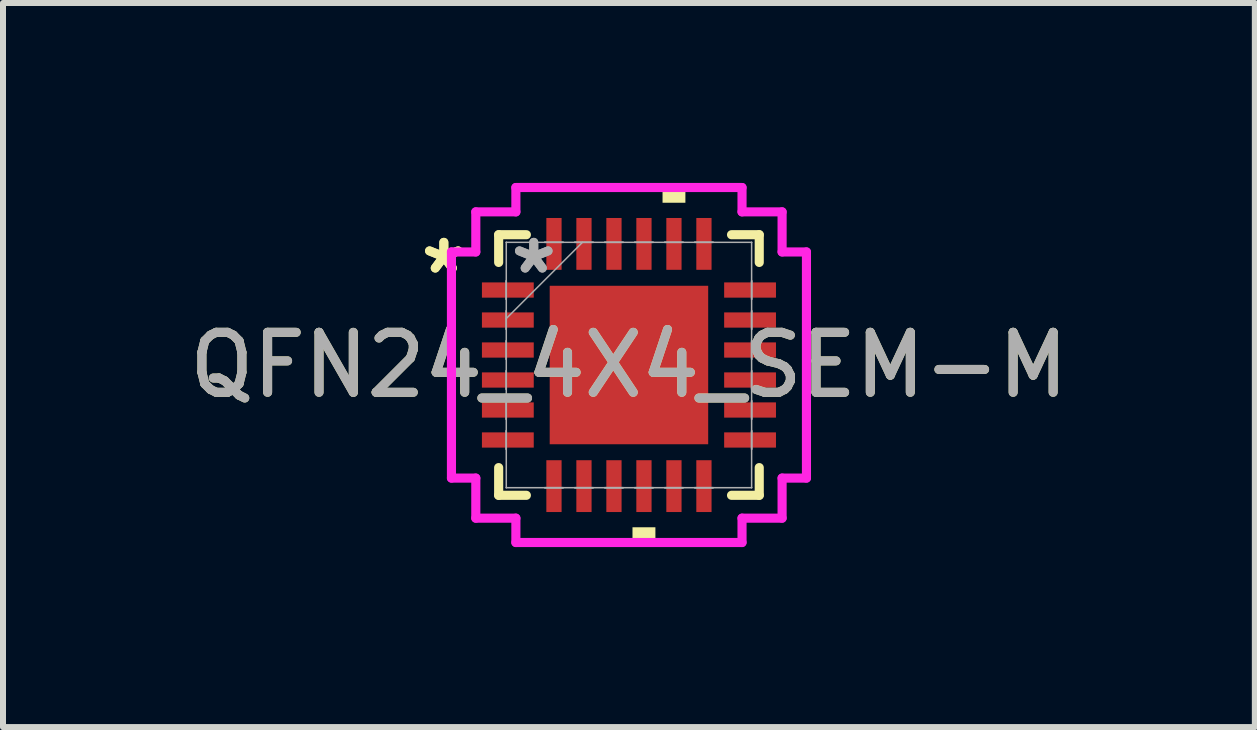
<source format=kicad_pcb>
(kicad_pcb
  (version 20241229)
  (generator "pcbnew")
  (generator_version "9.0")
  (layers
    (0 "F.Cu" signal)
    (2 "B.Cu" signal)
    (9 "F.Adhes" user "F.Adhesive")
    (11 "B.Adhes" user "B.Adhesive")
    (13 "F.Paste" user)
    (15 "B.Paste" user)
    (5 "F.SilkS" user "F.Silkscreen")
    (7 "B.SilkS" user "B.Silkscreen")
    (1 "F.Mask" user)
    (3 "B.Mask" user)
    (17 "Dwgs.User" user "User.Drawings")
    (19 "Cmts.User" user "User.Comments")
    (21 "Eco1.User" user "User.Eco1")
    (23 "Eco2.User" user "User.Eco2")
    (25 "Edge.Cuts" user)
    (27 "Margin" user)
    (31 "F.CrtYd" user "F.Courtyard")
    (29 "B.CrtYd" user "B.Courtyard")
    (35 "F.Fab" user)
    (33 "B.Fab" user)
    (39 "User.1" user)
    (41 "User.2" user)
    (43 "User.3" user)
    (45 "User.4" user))
  (footprint "QFN24_4X4_SEM-M"
    (layer "F.Cu")
    (at 7.435 3.035)
    (property "Reference" "QFN24_4X4_SEM-M" (at 0 0 0) (unlocked yes) (layer "F.SilkS") (effects (font (size 1 1) (thickness 0.15))))
    (attr smd)
    (fp_line (start -2.172 -2.172) (end -2.172 -1.71) (stroke (width 0.152) (type solid)) (layer "F.SilkS"))
    (fp_line (start -2.172 1.71) (end -2.172 2.172) (stroke (width 0.152) (type solid)) (layer "F.SilkS"))
    (fp_line (start -2.172 2.172) (end -1.71 2.172) (stroke (width 0.152) (type solid)) (layer "F.SilkS"))
    (fp_line (start -1.71 -2.172) (end -2.172 -2.172) (stroke (width 0.152) (type solid)) (layer "F.SilkS"))
    (fp_line (start 1.71 2.172) (end 2.172 2.172) (stroke (width 0.152) (type solid)) (layer "F.SilkS"))
    (fp_line (start 2.172 -2.172) (end 1.71 -2.172) (stroke (width 0.152) (type solid)) (layer "F.SilkS"))
    (fp_line (start 2.172 -1.71) (end 2.172 -2.172) (stroke (width 0.152) (type solid)) (layer "F.SilkS"))
    (fp_line (start 2.172 2.172) (end 2.172 1.71) (stroke (width 0.152) (type solid)) (layer "F.SilkS"))
    (fp_poly (pts (xy 0.059 2.705) (xy 0.059 2.959) (xy 0.441 2.959) (xy 0.441 2.705)) (stroke (width 0) (type solid)) (fill yes) (layer "F.SilkS"))
    (fp_poly (pts (xy 0.56 -2.705) (xy 0.56 -2.959) (xy 0.941 -2.959) (xy 0.941 -2.705)) (stroke (width 0) (type solid)) (fill yes) (layer "F.SilkS"))
    (fp_poly (pts (xy -1.221 -1.221) (xy -1.221 -0.1) (xy -0.1 -0.1) (xy -0.1 -1.221)) (stroke (width 0) (type solid)) (fill yes) (layer "F.Paste"))
    (fp_poly (pts (xy -1.221 0.1) (xy -1.221 1.221) (xy -0.1 1.221) (xy -0.1 0.1)) (stroke (width 0) (type solid)) (fill yes) (layer "F.Paste"))
    (fp_poly (pts (xy 0.1 -1.221) (xy 0.1 -0.1) (xy 1.221 -0.1) (xy 1.221 -1.221)) (stroke (width 0) (type solid)) (fill yes) (layer "F.Paste"))
    (fp_poly (pts (xy 0.1 0.1) (xy 0.1 1.221) (xy 1.221 1.221) (xy 1.221 0.1)) (stroke (width 0) (type solid)) (fill yes) (layer "F.Paste"))
    (fp_line (start -2.959 -1.885) (end -2.553 -1.885) (stroke (width 0.152) (type solid)) (layer "F.CrtYd"))
    (fp_line (start -2.959 1.885) (end -2.959 -1.885) (stroke (width 0.152) (type solid)) (layer "F.CrtYd"))
    (fp_line (start -2.553 -2.553) (end -1.885 -2.553) (stroke (width 0.152) (type solid)) (layer "F.CrtYd"))
    (fp_line (start -2.553 -1.885) (end -2.553 -2.553) (stroke (width 0.152) (type solid)) (layer "F.CrtYd"))
    (fp_line (start -2.553 1.885) (end -2.959 1.885) (stroke (width 0.152) (type solid)) (layer "F.CrtYd"))
    (fp_line (start -2.553 2.553) (end -2.553 1.885) (stroke (width 0.152) (type solid)) (layer "F.CrtYd"))
    (fp_line (start -1.885 -2.959) (end 1.885 -2.959) (stroke (width 0.152) (type solid)) (layer "F.CrtYd"))
    (fp_line (start -1.885 -2.553) (end -1.885 -2.959) (stroke (width 0.152) (type solid)) (layer "F.CrtYd"))
    (fp_line (start -1.885 2.553) (end -2.553 2.553) (stroke (width 0.152) (type solid)) (layer "F.CrtYd"))
    (fp_line (start -1.885 2.959) (end -1.885 2.553) (stroke (width 0.152) (type solid)) (layer "F.CrtYd"))
    (fp_line (start 1.885 -2.959) (end 1.885 -2.553) (stroke (width 0.152) (type solid)) (layer "F.CrtYd"))
    (fp_line (start 1.885 -2.553) (end 2.553 -2.553) (stroke (width 0.152) (type solid)) (layer "F.CrtYd"))
    (fp_line (start 1.885 2.553) (end 1.885 2.959) (stroke (width 0.152) (type solid)) (layer "F.CrtYd"))
    (fp_line (start 1.885 2.959) (end -1.885 2.959) (stroke (width 0.152) (type solid)) (layer "F.CrtYd"))
    (fp_line (start 2.553 -2.553) (end 2.553 -1.885) (stroke (width 0.152) (type solid)) (layer "F.CrtYd"))
    (fp_line (start 2.553 -1.885) (end 2.959 -1.885) (stroke (width 0.152) (type solid)) (layer "F.CrtYd"))
    (fp_line (start 2.553 1.885) (end 2.553 2.553) (stroke (width 0.152) (type solid)) (layer "F.CrtYd"))
    (fp_line (start 2.553 2.553) (end 1.885 2.553) (stroke (width 0.152) (type solid)) (layer "F.CrtYd"))
    (fp_line (start 2.959 -1.885) (end 2.959 1.885) (stroke (width 0.152) (type solid)) (layer "F.CrtYd"))
    (fp_line (start 2.959 1.885) (end 2.553 1.885) (stroke (width 0.152) (type solid)) (layer "F.CrtYd"))
    (fp_line (start -2.045 -2.045) (end -2.045 -2.045) (stroke (width 0.025) (type solid)) (layer "F.Fab"))
    (fp_line (start -2.045 -2.045) (end -2.045 2.045) (stroke (width 0.025) (type solid)) (layer "F.Fab"))
    (fp_line (start -2.045 -1.402) (end -2.045 -1.402) (stroke (width 0.025) (type solid)) (layer "F.Fab"))
    (fp_line (start -2.045 -1.402) (end -2.045 -1.098) (stroke (width 0.025) (type solid)) (layer "F.Fab"))
    (fp_line (start -2.045 -1.098) (end -2.045 -1.402) (stroke (width 0.025) (type solid)) (layer "F.Fab"))
    (fp_line (start -2.045 -1.098) (end -2.045 -1.098) (stroke (width 0.025) (type solid)) (layer "F.Fab"))
    (fp_line (start -2.045 -0.902) (end -2.045 -0.902) (stroke (width 0.025) (type solid)) (layer "F.Fab"))
    (fp_line (start -2.045 -0.902) (end -2.045 -0.598) (stroke (width 0.025) (type solid)) (layer "F.Fab"))
    (fp_line (start -2.045 -0.775) (end -0.775 -2.045) (stroke (width 0.025) (type solid)) (layer "F.Fab"))
    (fp_line (start -2.045 -0.598) (end -2.045 -0.902) (stroke (width 0.025) (type solid)) (layer "F.Fab"))
    (fp_line (start -2.045 -0.598) (end -2.045 -0.598) (stroke (width 0.025) (type solid)) (layer "F.Fab"))
    (fp_line (start -2.045 -0.402) (end -2.045 -0.402) (stroke (width 0.025) (type solid)) (layer "F.Fab"))
    (fp_line (start -2.045 -0.402) (end -2.045 -0.098) (stroke (width 0.025) (type solid)) (layer "F.Fab"))
    (fp_line (start -2.045 -0.098) (end -2.045 -0.402) (stroke (width 0.025) (type solid)) (layer "F.Fab"))
    (fp_line (start -2.045 -0.098) (end -2.045 -0.098) (stroke (width 0.025) (type solid)) (layer "F.Fab"))
    (fp_line (start -2.045 0.098) (end -2.045 0.098) (stroke (width 0.025) (type solid)) (layer "F.Fab"))
    (fp_line (start -2.045 0.098) (end -2.045 0.402) (stroke (width 0.025) (type solid)) (layer "F.Fab"))
    (fp_line (start -2.045 0.402) (end -2.045 0.098) (stroke (width 0.025) (type solid)) (layer "F.Fab"))
    (fp_line (start -2.045 0.402) (end -2.045 0.402) (stroke (width 0.025) (type solid)) (layer "F.Fab"))
    (fp_line (start -2.045 0.598) (end -2.045 0.598) (stroke (width 0.025) (type solid)) (layer "F.Fab"))
    (fp_line (start -2.045 0.598) (end -2.045 0.902) (stroke (width 0.025) (type solid)) (layer "F.Fab"))
    (fp_line (start -2.045 0.902) (end -2.045 0.598) (stroke (width 0.025) (type solid)) (layer "F.Fab"))
    (fp_line (start -2.045 0.902) (end -2.045 0.902) (stroke (width 0.025) (type solid)) (layer "F.Fab"))
    (fp_line (start -2.045 1.098) (end -2.045 1.098) (stroke (width 0.025) (type solid)) (layer "F.Fab"))
    (fp_line (start -2.045 1.098) (end -2.045 1.402) (stroke (width 0.025) (type solid)) (layer "F.Fab"))
    (fp_line (start -2.045 1.402) (end -2.045 1.098) (stroke (width 0.025) (type solid)) (layer "F.Fab"))
    (fp_line (start -2.045 1.402) (end -2.045 1.402) (stroke (width 0.025) (type solid)) (layer "F.Fab"))
    (fp_line (start -2.045 2.045) (end -2.045 2.045) (stroke (width 0.025) (type solid)) (layer "F.Fab"))
    (fp_line (start -2.045 2.045) (end 2.045 2.045) (stroke (width 0.025) (type solid)) (layer "F.Fab"))
    (fp_line (start -1.402 -2.045) (end -1.402 -2.045) (stroke (width 0.025) (type solid)) (layer "F.Fab"))
    (fp_line (start -1.402 -2.045) (end -1.098 -2.045) (stroke (width 0.025) (type solid)) (layer "F.Fab"))
    (fp_line (start -1.402 2.045) (end -1.402 2.045) (stroke (width 0.025) (type solid)) (layer "F.Fab"))
    (fp_line (start -1.402 2.045) (end -1.098 2.045) (stroke (width 0.025) (type solid)) (layer "F.Fab"))
    (fp_line (start -1.098 -2.045) (end -1.402 -2.045) (stroke (width 0.025) (type solid)) (layer "F.Fab"))
    (fp_line (start -1.098 -2.045) (end -1.098 -2.045) (stroke (width 0.025) (type solid)) (layer "F.Fab"))
    (fp_line (start -1.098 2.045) (end -1.402 2.045) (stroke (width 0.025) (type solid)) (layer "F.Fab"))
    (fp_line (start -1.098 2.045) (end -1.098 2.045) (stroke (width 0.025) (type solid)) (layer "F.Fab"))
    (fp_line (start -0.902 -2.045) (end -0.902 -2.045) (stroke (width 0.025) (type solid)) (layer "F.Fab"))
    (fp_line (start -0.902 -2.045) (end -0.598 -2.045) (stroke (width 0.025) (type solid)) (layer "F.Fab"))
    (fp_line (start -0.902 2.045) (end -0.902 2.045) (stroke (width 0.025) (type solid)) (layer "F.Fab"))
    (fp_line (start -0.902 2.045) (end -0.598 2.045) (stroke (width 0.025) (type solid)) (layer "F.Fab"))
    (fp_line (start -0.598 -2.045) (end -0.902 -2.045) (stroke (width 0.025) (type solid)) (layer "F.Fab"))
    (fp_line (start -0.598 -2.045) (end -0.598 -2.045) (stroke (width 0.025) (type solid)) (layer "F.Fab"))
    (fp_line (start -0.598 2.045) (end -0.902 2.045) (stroke (width 0.025) (type solid)) (layer "F.Fab"))
    (fp_line (start -0.598 2.045) (end -0.598 2.045) (stroke (width 0.025) (type solid)) (layer "F.Fab"))
    (fp_line (start -0.402 -2.045) (end -0.402 -2.045) (stroke (width 0.025) (type solid)) (layer "F.Fab"))
    (fp_line (start -0.402 -2.045) (end -0.098 -2.045) (stroke (width 0.025) (type solid)) (layer "F.Fab"))
    (fp_line (start -0.402 2.045) (end -0.402 2.045) (stroke (width 0.025) (type solid)) (layer "F.Fab"))
    (fp_line (start -0.402 2.045) (end -0.098 2.045) (stroke (width 0.025) (type solid)) (layer "F.Fab"))
    (fp_line (start -0.098 -2.045) (end -0.402 -2.045) (stroke (width 0.025) (type solid)) (layer "F.Fab"))
    (fp_line (start -0.098 -2.045) (end -0.098 -2.045) (stroke (width 0.025) (type solid)) (layer "F.Fab"))
    (fp_line (start -0.098 2.045) (end -0.402 2.045) (stroke (width 0.025) (type solid)) (layer "F.Fab"))
    (fp_line (start -0.098 2.045) (end -0.098 2.045) (stroke (width 0.025) (type solid)) (layer "F.Fab"))
    (fp_line (start 0.098 -2.045) (end 0.098 -2.045) (stroke (width 0.025) (type solid)) (layer "F.Fab"))
    (fp_line (start 0.098 -2.045) (end 0.402 -2.045) (stroke (width 0.025) (type solid)) (layer "F.Fab"))
    (fp_line (start 0.098 2.045) (end 0.098 2.045) (stroke (width 0.025) (type solid)) (layer "F.Fab"))
    (fp_line (start 0.098 2.045) (end 0.402 2.045) (stroke (width 0.025) (type solid)) (layer "F.Fab"))
    (fp_line (start 0.402 -2.045) (end 0.098 -2.045) (stroke (width 0.025) (type solid)) (layer "F.Fab"))
    (fp_line (start 0.402 -2.045) (end 0.402 -2.045) (stroke (width 0.025) (type solid)) (layer "F.Fab"))
    (fp_line (start 0.402 2.045) (end 0.098 2.045) (stroke (width 0.025) (type solid)) (layer "F.Fab"))
    (fp_line (start 0.402 2.045) (end 0.402 2.045) (stroke (width 0.025) (type solid)) (layer "F.Fab"))
    (fp_line (start 0.598 -2.045) (end 0.598 -2.045) (stroke (width 0.025) (type solid)) (layer "F.Fab"))
    (fp_line (start 0.598 -2.045) (end 0.902 -2.045) (stroke (width 0.025) (type solid)) (layer "F.Fab"))
    (fp_line (start 0.598 2.045) (end 0.598 2.045) (stroke (width 0.025) (type solid)) (layer "F.Fab"))
    (fp_line (start 0.598 2.045) (end 0.902 2.045) (stroke (width 0.025) (type solid)) (layer "F.Fab"))
    (fp_line (start 0.902 -2.045) (end 0.598 -2.045) (stroke (width 0.025) (type solid)) (layer "F.Fab"))
    (fp_line (start 0.902 -2.045) (end 0.902 -2.045) (stroke (width 0.025) (type solid)) (layer "F.Fab"))
    (fp_line (start 0.902 2.045) (end 0.598 2.045) (stroke (width 0.025) (type solid)) (layer "F.Fab"))
    (fp_line (start 0.902 2.045) (end 0.902 2.045) (stroke (width 0.025) (type solid)) (layer "F.Fab"))
    (fp_line (start 1.098 -2.045) (end 1.098 -2.045) (stroke (width 0.025) (type solid)) (layer "F.Fab"))
    (fp_line (start 1.098 -2.045) (end 1.402 -2.045) (stroke (width 0.025) (type solid)) (layer "F.Fab"))
    (fp_line (start 1.098 2.045) (end 1.098 2.045) (stroke (width 0.025) (type solid)) (layer "F.Fab"))
    (fp_line (start 1.098 2.045) (end 1.402 2.045) (stroke (width 0.025) (type solid)) (layer "F.Fab"))
    (fp_line (start 1.402 -2.045) (end 1.098 -2.045) (stroke (width 0.025) (type solid)) (layer "F.Fab"))
    (fp_line (start 1.402 -2.045) (end 1.402 -2.045) (stroke (width 0.025) (type solid)) (layer "F.Fab"))
    (fp_line (start 1.402 2.045) (end 1.098 2.045) (stroke (width 0.025) (type solid)) (layer "F.Fab"))
    (fp_line (start 1.402 2.045) (end 1.402 2.045) (stroke (width 0.025) (type solid)) (layer "F.Fab"))
    (fp_line (start 2.045 -2.045) (end -2.045 -2.045) (stroke (width 0.025) (type solid)) (layer "F.Fab"))
    (fp_line (start 2.045 -2.045) (end 2.045 -2.045) (stroke (width 0.025) (type solid)) (layer "F.Fab"))
    (fp_line (start 2.045 -1.402) (end 2.045 -1.402) (stroke (width 0.025) (type solid)) (layer "F.Fab"))
    (fp_line (start 2.045 -1.402) (end 2.045 -1.098) (stroke (width 0.025) (type solid)) (layer "F.Fab"))
    (fp_line (start 2.045 -1.098) (end 2.045 -1.402) (stroke (width 0.025) (type solid)) (layer "F.Fab"))
    (fp_line (start 2.045 -1.098) (end 2.045 -1.098) (stroke (width 0.025) (type solid)) (layer "F.Fab"))
    (fp_line (start 2.045 -0.902) (end 2.045 -0.902) (stroke (width 0.025) (type solid)) (layer "F.Fab"))
    (fp_line (start 2.045 -0.902) (end 2.045 -0.598) (stroke (width 0.025) (type solid)) (layer "F.Fab"))
    (fp_line (start 2.045 -0.598) (end 2.045 -0.902) (stroke (width 0.025) (type solid)) (layer "F.Fab"))
    (fp_line (start 2.045 -0.598) (end 2.045 -0.598) (stroke (width 0.025) (type solid)) (layer "F.Fab"))
    (fp_line (start 2.045 -0.402) (end 2.045 -0.402) (stroke (width 0.025) (type solid)) (layer "F.Fab"))
    (fp_line (start 2.045 -0.402) (end 2.045 -0.098) (stroke (width 0.025) (type solid)) (layer "F.Fab"))
    (fp_line (start 2.045 -0.098) (end 2.045 -0.402) (stroke (width 0.025) (type solid)) (layer "F.Fab"))
    (fp_line (start 2.045 -0.098) (end 2.045 -0.098) (stroke (width 0.025) (type solid)) (layer "F.Fab"))
    (fp_line (start 2.045 0.098) (end 2.045 0.098) (stroke (width 0.025) (type solid)) (layer "F.Fab"))
    (fp_line (start 2.045 0.098) (end 2.045 0.402) (stroke (width 0.025) (type solid)) (layer "F.Fab"))
    (fp_line (start 2.045 0.402) (end 2.045 0.098) (stroke (width 0.025) (type solid)) (layer "F.Fab"))
    (fp_line (start 2.045 0.402) (end 2.045 0.402) (stroke (width 0.025) (type solid)) (layer "F.Fab"))
    (fp_line (start 2.045 0.598) (end 2.045 0.598) (stroke (width 0.025) (type solid)) (layer "F.Fab"))
    (fp_line (start 2.045 0.598) (end 2.045 0.902) (stroke (width 0.025) (type solid)) (layer "F.Fab"))
    (fp_line (start 2.045 0.902) (end 2.045 0.598) (stroke (width 0.025) (type solid)) (layer "F.Fab"))
    (fp_line (start 2.045 0.902) (end 2.045 0.902) (stroke (width 0.025) (type solid)) (layer "F.Fab"))
    (fp_line (start 2.045 1.098) (end 2.045 1.098) (stroke (width 0.025) (type solid)) (layer "F.Fab"))
    (fp_line (start 2.045 1.098) (end 2.045 1.402) (stroke (width 0.025) (type solid)) (layer "F.Fab"))
    (fp_line (start 2.045 1.402) (end 2.045 1.098) (stroke (width 0.025) (type solid)) (layer "F.Fab"))
    (fp_line (start 2.045 1.402) (end 2.045 1.402) (stroke (width 0.025) (type solid)) (layer "F.Fab"))
    (fp_line (start 2.045 2.045) (end 2.045 -2.045) (stroke (width 0.025) (type solid)) (layer "F.Fab"))
    (fp_line (start 2.045 2.045) (end 2.045 2.045) (stroke (width 0.025) (type solid)) (layer "F.Fab"))
    (fp_text user "*" (at -3.086 -1.5 0) (layer "F.SilkS") (effects (font (size 1 1) (thickness 0.15))))
    (fp_text user "*" (at -3.086 -1.5 0) (unlocked yes) (layer "F.SilkS") (effects (font (size 1 1) (thickness 0.15))))
    (fp_text user "*" (at -1.587 -1.5 0) (unlocked yes) (layer "F.Fab") (effects (font (size 1 1) (thickness 0.15))))
    (fp_text user "${REFERENCE}" (at 0 0 0) (unlocked yes) (layer "F.Fab") (effects (font (size 1 1) (thickness 0.15))))
    (fp_text user "*" (at -1.587 -1.5 0) (layer "F.Fab") (effects (font (size 1 1) (thickness 0.15))))
    (pad "1" smd rect (at -2.019 -1.25 90) (size 0.254 0.864) (layers "F.Cu" "F.Mask" "F.Paste"))
    (pad "2" smd rect (at -2.019 -0.75 90) (size 0.254 0.864) (layers "F.Cu" "F.Mask" "F.Paste"))
    (pad "3" smd rect (at -2.019 -0.25 90) (size 0.254 0.864) (layers "F.Cu" "F.Mask" "F.Paste"))
    (pad "4" smd rect (at -2.019 0.25 90) (size 0.254 0.864) (layers "F.Cu" "F.Mask" "F.Paste"))
    (pad "5" smd rect (at -2.019 0.75 90) (size 0.254 0.864) (layers "F.Cu" "F.Mask" "F.Paste"))
    (pad "6" smd rect (at -2.019 1.25 90) (size 0.254 0.864) (layers "F.Cu" "F.Mask" "F.Paste"))
    (pad "7" smd rect (at -1.25 2.019) (size 0.254 0.864) (layers "F.Cu" "F.Mask" "F.Paste"))
    (pad "8" smd rect (at -0.75 2.019) (size 0.254 0.864) (layers "F.Cu" "F.Mask" "F.Paste"))
    (pad "9" smd rect (at -0.25 2.019) (size 0.254 0.864) (layers "F.Cu" "F.Mask" "F.Paste"))
    (pad "10" smd rect (at 0.25 2.019) (size 0.254 0.864) (layers "F.Cu" "F.Mask" "F.Paste"))
    (pad "11" smd rect (at 0.75 2.019) (size 0.254 0.864) (layers "F.Cu" "F.Mask" "F.Paste"))
    (pad "12" smd rect (at 1.25 2.019) (size 0.254 0.864) (layers "F.Cu" "F.Mask" "F.Paste"))
    (pad "13" smd rect (at 2.019 1.25 90) (size 0.254 0.864) (layers "F.Cu" "F.Mask" "F.Paste"))
    (pad "14" smd rect (at 2.019 0.75 90) (size 0.254 0.864) (layers "F.Cu" "F.Mask" "F.Paste"))
    (pad "15" smd rect (at 2.019 0.25 90) (size 0.254 0.864) (layers "F.Cu" "F.Mask" "F.Paste"))
    (pad "16" smd rect (at 2.019 -0.25 90) (size 0.254 0.864) (layers "F.Cu" "F.Mask" "F.Paste"))
    (pad "17" smd rect (at 2.019 -0.75 90) (size 0.254 0.864) (layers "F.Cu" "F.Mask" "F.Paste"))
    (pad "18" smd rect (at 2.019 -1.25 90) (size 0.254 0.864) (layers "F.Cu" "F.Mask" "F.Paste"))
    (pad "19" smd rect (at 1.25 -2.019) (size 0.254 0.864) (layers "F.Cu" "F.Mask" "F.Paste"))
    (pad "20" smd rect (at 0.75 -2.019) (size 0.254 0.864) (layers "F.Cu" "F.Mask" "F.Paste"))
    (pad "21" smd rect (at 0.25 -2.019) (size 0.254 0.864) (layers "F.Cu" "F.Mask" "F.Paste"))
    (pad "22" smd rect (at -0.25 -2.019) (size 0.254 0.864) (layers "F.Cu" "F.Mask" "F.Paste"))
    (pad "23" smd rect (at -0.75 -2.019) (size 0.254 0.864) (layers "F.Cu" "F.Mask" "F.Paste"))
    (pad "24" smd rect (at -1.25 -2.019) (size 0.254 0.864) (layers "F.Cu" "F.Mask" "F.Paste"))
    (pad "25" smd rect (at 0 0) (size 2.642 2.642) (layers "F.Cu" "F.Mask")))
  (gr_rect
    (start -3 -3)
    (end 17.869 9.071)
    (stroke (width 0.1) (type default))
    (fill no)
    (layer "Edge.Cuts")))
</source>
